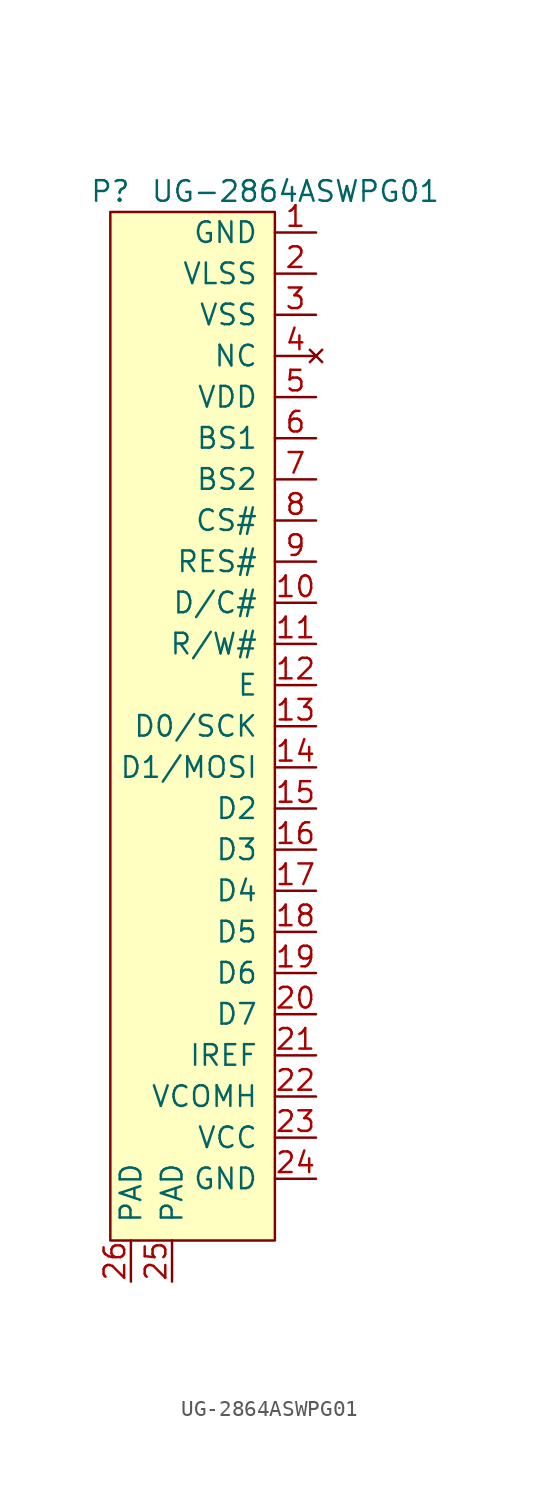
<source format=kicad_sym>
(kicad_symbol_lib
  (version 20220914)
  (generator kicad_symbol_editor)
  (symbol "UG-2864ASWPG01"
    (pin_names
      (offset 1.016))
    (property "Reference" "P"
      (at -10.16 33.02 0)
      (effects (font (size 1.27 1.27))))
    (property "Value" "UG-2864ASWPG01"
      (at 1.27 33.02 0)
      (effects (font (size 1.27 1.27))))
    (symbol "UG-2864ASWPG01_0_1"
      (rectangle (start -10.16 -31.75) (end 0 31.75) (stroke (width 0) (type default) (color 0 0 0 0)) (fill (type background))))
    (symbol "UG-2864ASWPG01_1_1"
      (pin power_in line (at 2.54 30.48 180) (length 2.54) (name "GND" (effects (font (size 1.27 1.27)))) (number "1" (effects (font (size 1.27 1.27)))))
      (pin input line (at 2.54 7.62 180) (length 2.54) (name "D/C#" (effects (font (size 1.27 1.27)))) (number "10" (effects (font (size 1.27 1.27)))))
      (pin input line (at 2.54 5.08 180) (length 2.54) (name "R/W#" (effects (font (size 1.27 1.27)))) (number "11" (effects (font (size 1.27 1.27)))))
      (pin input line (at 2.54 2.54 180) (length 2.54) (name "E" (effects (font (size 1.27 1.27)))) (number "12" (effects (font (size 1.27 1.27)))))
      (pin input line (at 2.54 0 180) (length 2.54) (name "D0/SCK" (effects (font (size 1.27 1.27)))) (number "13" (effects (font (size 1.27 1.27)))))
      (pin input line (at 2.54 -2.54 180) (length 2.54) (name "D1/MOSI" (effects (font (size 1.27 1.27)))) (number "14" (effects (font (size 1.27 1.27)))))
      (pin input line (at 2.54 -5.08 180) (length 2.54) (name "D2" (effects (font (size 1.27 1.27)))) (number "15" (effects (font (size 1.27 1.27)))))
      (pin input line (at 2.54 -7.62 180) (length 2.54) (name "D3" (effects (font (size 1.27 1.27)))) (number "16" (effects (font (size 1.27 1.27)))))
      (pin input line (at 2.54 -10.16 180) (length 2.54) (name "D4" (effects (font (size 1.27 1.27)))) (number "17" (effects (font (size 1.27 1.27)))))
      (pin input line (at 2.54 -12.7 180) (length 2.54) (name "D5" (effects (font (size 1.27 1.27)))) (number "18" (effects (font (size 1.27 1.27)))))
      (pin input line (at 2.54 -15.24 180) (length 2.54) (name "D6" (effects (font (size 1.27 1.27)))) (number "19" (effects (font (size 1.27 1.27)))))
      (pin power_in line (at 2.54 27.94 180) (length 2.54) (name "VLSS" (effects (font (size 1.27 1.27)))) (number "2" (effects (font (size 1.27 1.27)))))
      (pin input line (at 2.54 -17.78 180) (length 2.54) (name "D7" (effects (font (size 1.27 1.27)))) (number "20" (effects (font (size 1.27 1.27)))))
      (pin input line (at 2.54 -20.32 180) (length 2.54) (name "IREF" (effects (font (size 1.27 1.27)))) (number "21" (effects (font (size 1.27 1.27)))))
      (pin input line (at 2.54 -22.86 180) (length 2.54) (name "VCOMH" (effects (font (size 1.27 1.27)))) (number "22" (effects (font (size 1.27 1.27)))))
      (pin power_in line (at 2.54 -25.4 180) (length 2.54) (name "VCC" (effects (font (size 1.27 1.27)))) (number "23" (effects (font (size 1.27 1.27)))))
      (pin power_in line (at 2.54 -27.94 180) (length 2.54) (name "GND" (effects (font (size 1.27 1.27)))) (number "24" (effects (font (size 1.27 1.27)))))
      (pin free line (at -6.35 -34.29 90) (length 2.54) (name "PAD" (effects (font (size 1.27 1.27)))) (number "25" (effects (font (size 1.27 1.27)))))
      (pin free line (at -8.89 -34.29 90) (length 2.54) (name "PAD" (effects (font (size 1.27 1.27)))) (number "26" (effects (font (size 1.27 1.27)))))
      (pin power_in line (at 2.54 25.4 180) (length 2.54) (name "VSS" (effects (font (size 1.27 1.27)))) (number "3" (effects (font (size 1.27 1.27)))))
      (pin no_connect line (at 2.54 22.86 180) (length 2.54) (name "NC" (effects (font (size 1.27 1.27)))) (number "4" (effects (font (size 1.27 1.27)))))
      (pin power_in line (at 2.54 20.32 180) (length 2.54) (name "VDD" (effects (font (size 1.27 1.27)))) (number "5" (effects (font (size 1.27 1.27)))))
      (pin input line (at 2.54 17.78 180) (length 2.54) (name "BS1" (effects (font (size 1.27 1.27)))) (number "6" (effects (font (size 1.27 1.27)))))
      (pin input line (at 2.54 15.24 180) (length 2.54) (name "BS2" (effects (font (size 1.27 1.27)))) (number "7" (effects (font (size 1.27 1.27)))))
      (pin input line (at 2.54 12.7 180) (length 2.54) (name "CS#" (effects (font (size 1.27 1.27)))) (number "8" (effects (font (size 1.27 1.27)))))
      (pin input line (at 2.54 10.16 180) (length 2.54) (name "RES#" (effects (font (size 1.27 1.27)))) (number "9" (effects (font (size 1.27 1.27))))))))
</source>
